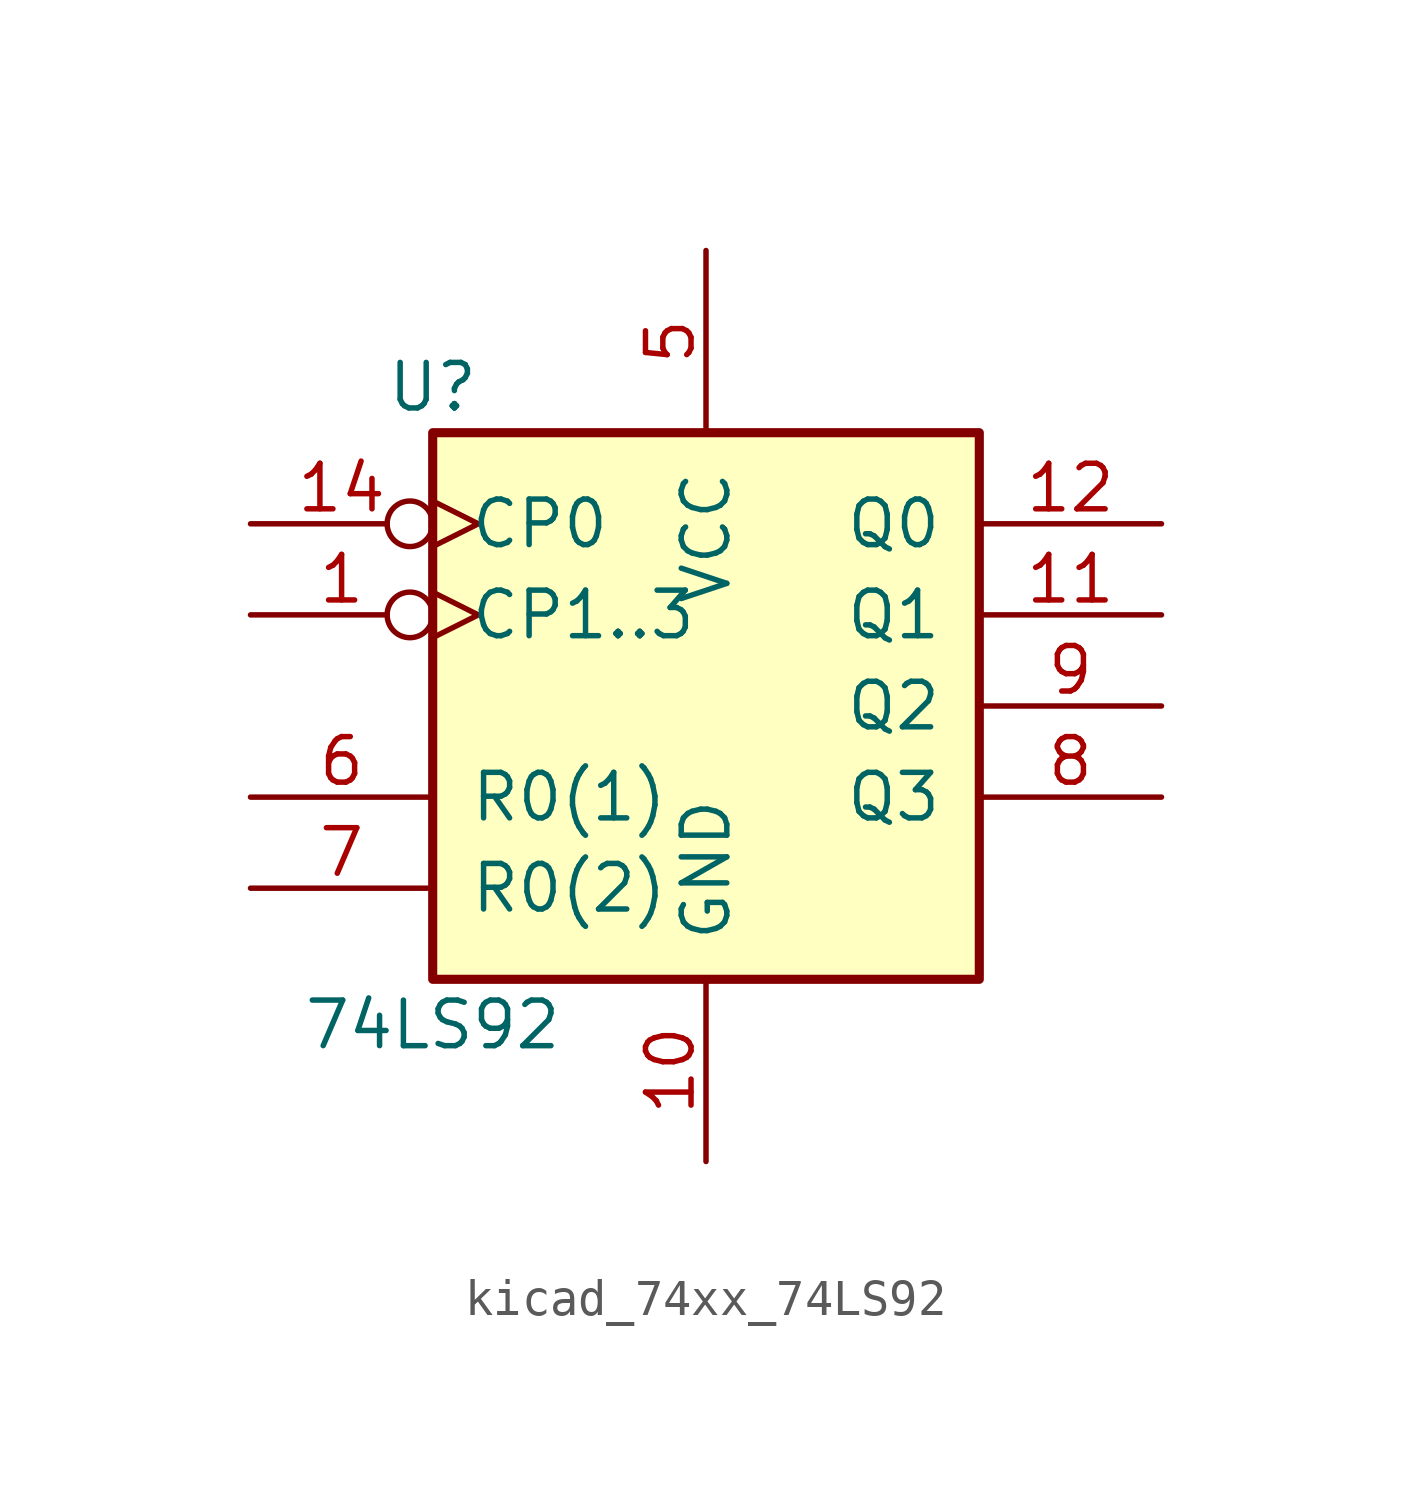
<source format=kicad_sym>
(kicad_symbol_lib
  (version 20220914)
  (generator kicad_symbol_editor)
  (symbol "kicad_74xx_74LS92"
    (pin_names
      (offset 1.016))
    (property "Reference" "U"
      (at -7.62 8.89 0)
      (effects (font (size 1.27 1.27))))
    (property "Value" "74LS92"
      (at -7.62 -8.89 0)
      (effects (font (size 1.27 1.27))))
    (property "ki_locked" ""
      (at 0 0 0)
      (effects (font (size 1.27 1.27))))
    (symbol "kicad_74xx_74LS92_1_0"
      (pin input inverted_clock (at -12.7 2.54 0) (length 5.08) (name "CP1..3" (effects (font (size 1.27 1.27)))) (number "1" (effects (font (size 1.27 1.27)))))
      (pin power_in line (at 0 -12.7 90) (length 5.08) (name "GND" (effects (font (size 1.27 1.27)))) (number "10" (effects (font (size 1.27 1.27)))))
      (pin output line (at 12.7 2.54 180) (length 5.08) (name "Q1" (effects (font (size 1.27 1.27)))) (number "11" (effects (font (size 1.27 1.27)))))
      (pin output line (at 12.7 5.08 180) (length 5.08) (name "Q0" (effects (font (size 1.27 1.27)))) (number "12" (effects (font (size 1.27 1.27)))))
      (pin input inverted_clock (at -12.7 5.08 0) (length 5.08) (name "CP0" (effects (font (size 1.27 1.27)))) (number "14" (effects (font (size 1.27 1.27)))))
      (pin power_in line (at 0 12.7 270) (length 5.08) (name "VCC" (effects (font (size 1.27 1.27)))) (number "5" (effects (font (size 1.27 1.27)))))
      (pin input line (at -12.7 -2.54 0) (length 5.08) (name "R0(1)" (effects (font (size 1.27 1.27)))) (number "6" (effects (font (size 1.27 1.27)))))
      (pin input line (at -12.7 -5.08 0) (length 5.08) (name "R0(2)" (effects (font (size 1.27 1.27)))) (number "7" (effects (font (size 1.27 1.27)))))
      (pin output line (at 12.7 -2.54 180) (length 5.08) (name "Q3" (effects (font (size 1.27 1.27)))) (number "8" (effects (font (size 1.27 1.27)))))
      (pin output line (at 12.7 0 180) (length 5.08) (name "Q2" (effects (font (size 1.27 1.27)))) (number "9" (effects (font (size 1.27 1.27))))))
    (symbol "kicad_74xx_74LS92_1_1"
      (rectangle (start -7.62 7.62) (end 7.62 -7.62) (stroke (width 0.254) (type default)) (fill (type background))))))
</source>
